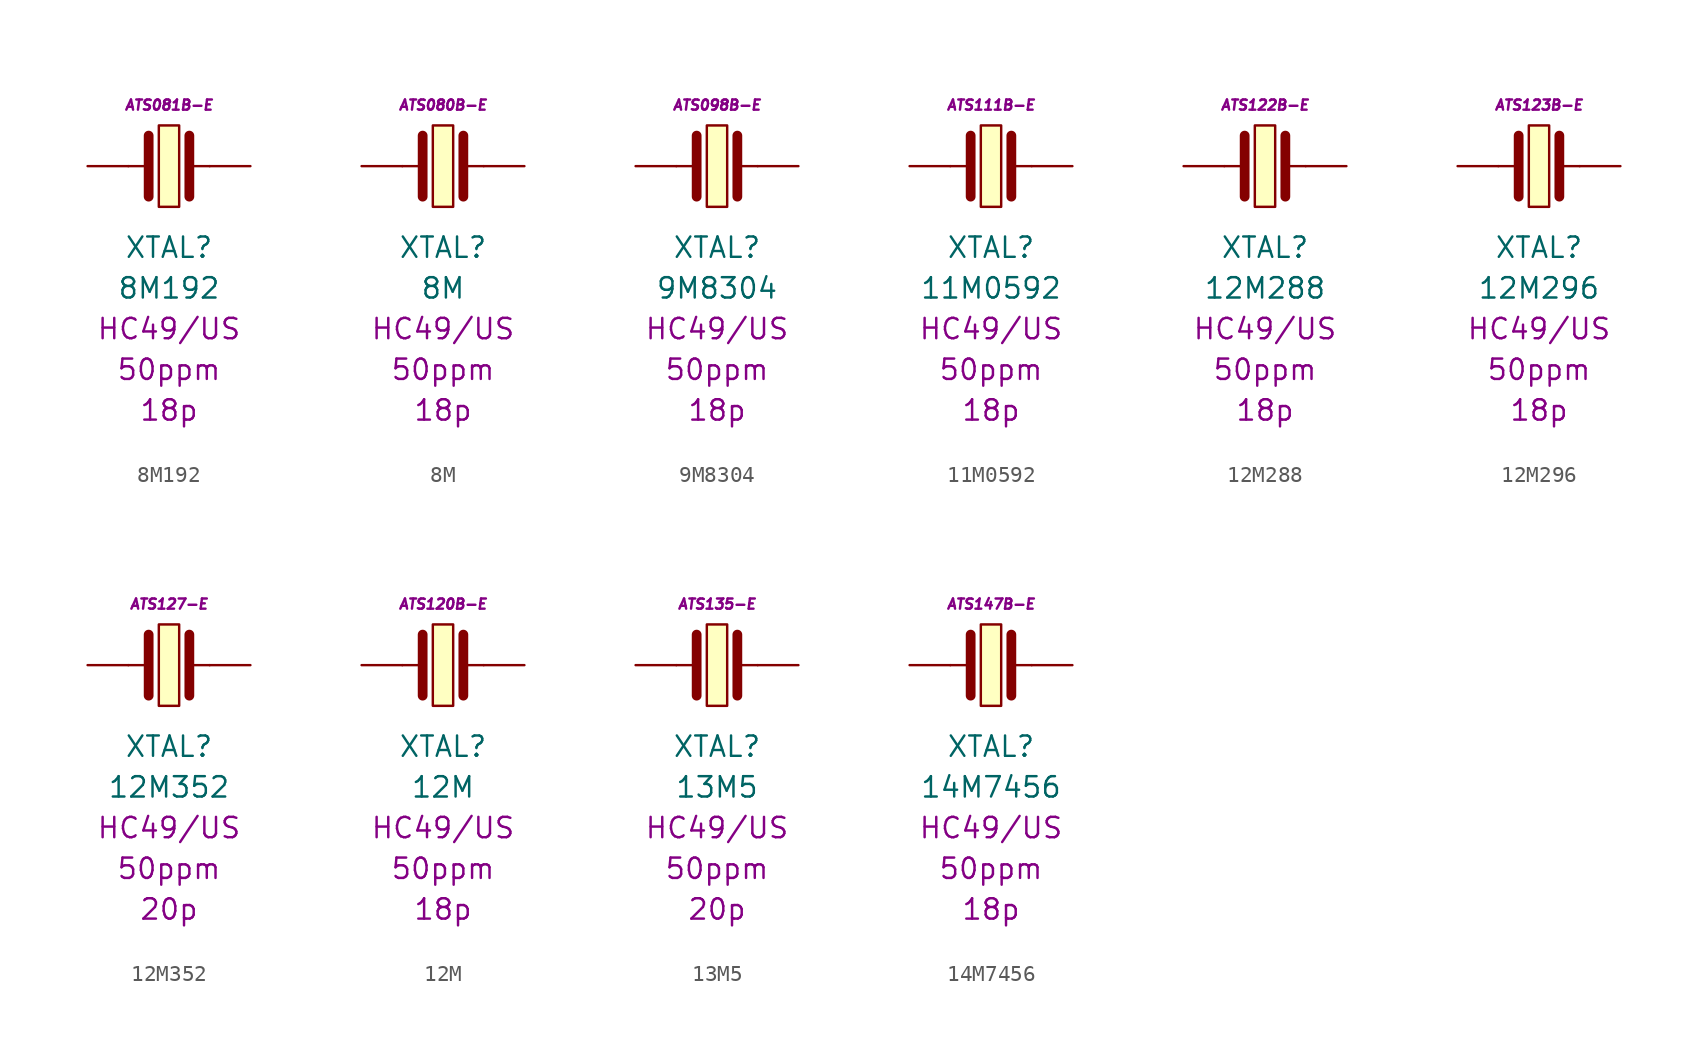
<source format=kicad_sym>
(kicad_symbol_lib
  (version 20201005)
  (generator kicad_symbol_editor)
  (symbol "8M192"
    (pin_numbers hide)
    (pin_names
      (offset 1.016) hide)
    (property "Reference" "XTAL"
      (at 0 -5.08 0)
      (effects (font (size 1.27 1.27))))
    (property "Value" "8M192"
      (at 0 -7.62 0)
      (effects (font (size 1.27 1.27))))
    (property "Package" "HC49/US"
      (at 0 -10.16 0)
      (effects (font (size 1.27 1.27))))
    (property "Tolerance" "50ppm"
      (at 0 -12.7 0)
      (effects (font (size 1.27 1.27))))
    (property "LoadCapacitance" "18p"
      (at 0 -15.24 0)
      (effects (font (size 1.27 1.27))))
    (property "MPN" "ATS081B-E"
      (at 0 3.81 0)
      (effects (font (size 0.635 0.635) italic)))
    (symbol "8M192_0_1"
      (rectangle (start -0.635 2.54) (end 0.635 -2.54) (stroke (width 0.152)) (fill (type background)))
      (polyline (pts (xy -2.54 0) (xy -1.27 0)) (stroke (width 0.152)) (fill (type none)))
      (polyline (pts (xy -1.27 1.905) (xy -1.27 -1.905)) (stroke (width 0.61)) (fill (type none)))
      (polyline (pts (xy 1.27 0) (xy 2.54 0)) (stroke (width 0.152)) (fill (type none)))
      (polyline (pts (xy 1.27 1.905) (xy 1.27 -1.905)) (stroke (width 0.61)) (fill (type none))))
    (symbol "8M192_1_1"
      (pin passive line (at -5.08 0 0) (length 2.54) (name "~" (effects (font (size 1.778 1.778)))) (number "1" (effects (font (size 1.778 1.778)))))
      (pin passive line (at 5.08 0 180) (length 2.54) (name "~" (effects (font (size 1.778 1.778)))) (number "2" (effects (font (size 1.778 1.778)))))))
  (symbol "8M"
    (pin_numbers hide)
    (pin_names
      (offset 1.016) hide)
    (property "Reference" "XTAL"
      (at 0 -5.08 0)
      (effects (font (size 1.27 1.27))))
    (property "Value" "8M"
      (at 0 -7.62 0)
      (effects (font (size 1.27 1.27))))
    (property "Package" "HC49/US"
      (at 0 -10.16 0)
      (effects (font (size 1.27 1.27))))
    (property "Tolerance" "50ppm"
      (at 0 -12.7 0)
      (effects (font (size 1.27 1.27))))
    (property "LoadCapacitance" "18p"
      (at 0 -15.24 0)
      (effects (font (size 1.27 1.27))))
    (property "MPN" "ATS080B-E"
      (at 0 3.81 0)
      (effects (font (size 0.635 0.635) italic)))
    (symbol "8M_0_1"
      (rectangle (start -0.635 2.54) (end 0.635 -2.54) (stroke (width 0.152)) (fill (type background)))
      (polyline (pts (xy -2.54 0) (xy -1.27 0)) (stroke (width 0.152)) (fill (type none)))
      (polyline (pts (xy -1.27 1.905) (xy -1.27 -1.905)) (stroke (width 0.61)) (fill (type none)))
      (polyline (pts (xy 1.27 0) (xy 2.54 0)) (stroke (width 0.152)) (fill (type none)))
      (polyline (pts (xy 1.27 1.905) (xy 1.27 -1.905)) (stroke (width 0.61)) (fill (type none))))
    (symbol "8M_1_1"
      (pin passive line (at -5.08 0 0) (length 2.54) (name "~" (effects (font (size 1.778 1.778)))) (number "1" (effects (font (size 1.778 1.778)))))
      (pin passive line (at 5.08 0 180) (length 2.54) (name "~" (effects (font (size 1.778 1.778)))) (number "2" (effects (font (size 1.778 1.778)))))))
  (symbol "9M8304"
    (pin_numbers hide)
    (pin_names
      (offset 1.016) hide)
    (property "Reference" "XTAL"
      (at 0 -5.08 0)
      (effects (font (size 1.27 1.27))))
    (property "Value" "9M8304"
      (at 0 -7.62 0)
      (effects (font (size 1.27 1.27))))
    (property "Package" "HC49/US"
      (at 0 -10.16 0)
      (effects (font (size 1.27 1.27))))
    (property "Tolerance" "50ppm"
      (at 0 -12.7 0)
      (effects (font (size 1.27 1.27))))
    (property "LoadCapacitance" "18p"
      (at 0 -15.24 0)
      (effects (font (size 1.27 1.27))))
    (property "MPN" "ATS098B-E"
      (at 0 3.81 0)
      (effects (font (size 0.635 0.635) italic)))
    (symbol "9M8304_0_1"
      (rectangle (start -0.635 2.54) (end 0.635 -2.54) (stroke (width 0.152)) (fill (type background)))
      (polyline (pts (xy -2.54 0) (xy -1.27 0)) (stroke (width 0.152)) (fill (type none)))
      (polyline (pts (xy -1.27 1.905) (xy -1.27 -1.905)) (stroke (width 0.61)) (fill (type none)))
      (polyline (pts (xy 1.27 0) (xy 2.54 0)) (stroke (width 0.152)) (fill (type none)))
      (polyline (pts (xy 1.27 1.905) (xy 1.27 -1.905)) (stroke (width 0.61)) (fill (type none))))
    (symbol "9M8304_1_1"
      (pin passive line (at -5.08 0 0) (length 2.54) (name "~" (effects (font (size 1.778 1.778)))) (number "1" (effects (font (size 1.778 1.778)))))
      (pin passive line (at 5.08 0 180) (length 2.54) (name "~" (effects (font (size 1.778 1.778)))) (number "2" (effects (font (size 1.778 1.778)))))))
  (symbol "11M0592"
    (pin_numbers hide)
    (pin_names
      (offset 1.016) hide)
    (property "Reference" "XTAL"
      (at 0 -5.08 0)
      (effects (font (size 1.27 1.27))))
    (property "Value" "11M0592"
      (at 0 -7.62 0)
      (effects (font (size 1.27 1.27))))
    (property "Package" "HC49/US"
      (at 0 -10.16 0)
      (effects (font (size 1.27 1.27))))
    (property "Tolerance" "50ppm"
      (at 0 -12.7 0)
      (effects (font (size 1.27 1.27))))
    (property "LoadCapacitance" "18p"
      (at 0 -15.24 0)
      (effects (font (size 1.27 1.27))))
    (property "MPN" "ATS111B-E"
      (at 0 3.81 0)
      (effects (font (size 0.635 0.635) italic)))
    (symbol "11M0592_0_1"
      (rectangle (start -0.635 2.54) (end 0.635 -2.54) (stroke (width 0.152)) (fill (type background)))
      (polyline (pts (xy -2.54 0) (xy -1.27 0)) (stroke (width 0.152)) (fill (type none)))
      (polyline (pts (xy -1.27 1.905) (xy -1.27 -1.905)) (stroke (width 0.61)) (fill (type none)))
      (polyline (pts (xy 1.27 0) (xy 2.54 0)) (stroke (width 0.152)) (fill (type none)))
      (polyline (pts (xy 1.27 1.905) (xy 1.27 -1.905)) (stroke (width 0.61)) (fill (type none))))
    (symbol "11M0592_1_1"
      (pin passive line (at -5.08 0 0) (length 2.54) (name "~" (effects (font (size 1.778 1.778)))) (number "1" (effects (font (size 1.778 1.778)))))
      (pin passive line (at 5.08 0 180) (length 2.54) (name "~" (effects (font (size 1.778 1.778)))) (number "2" (effects (font (size 1.778 1.778)))))))
  (symbol "12M288"
    (pin_numbers hide)
    (pin_names
      (offset 1.016) hide)
    (property "Reference" "XTAL"
      (at 0 -5.08 0)
      (effects (font (size 1.27 1.27))))
    (property "Value" "12M288"
      (at 0 -7.62 0)
      (effects (font (size 1.27 1.27))))
    (property "Package" "HC49/US"
      (at 0 -10.16 0)
      (effects (font (size 1.27 1.27))))
    (property "Tolerance" "50ppm"
      (at 0 -12.7 0)
      (effects (font (size 1.27 1.27))))
    (property "LoadCapacitance" "18p"
      (at 0 -15.24 0)
      (effects (font (size 1.27 1.27))))
    (property "MPN" "ATS122B-E"
      (at 0 3.81 0)
      (effects (font (size 0.635 0.635) italic)))
    (symbol "12M288_0_1"
      (rectangle (start -0.635 2.54) (end 0.635 -2.54) (stroke (width 0.152)) (fill (type background)))
      (polyline (pts (xy -2.54 0) (xy -1.27 0)) (stroke (width 0.152)) (fill (type none)))
      (polyline (pts (xy -1.27 1.905) (xy -1.27 -1.905)) (stroke (width 0.61)) (fill (type none)))
      (polyline (pts (xy 1.27 0) (xy 2.54 0)) (stroke (width 0.152)) (fill (type none)))
      (polyline (pts (xy 1.27 1.905) (xy 1.27 -1.905)) (stroke (width 0.61)) (fill (type none))))
    (symbol "12M288_1_1"
      (pin passive line (at -5.08 0 0) (length 2.54) (name "~" (effects (font (size 1.778 1.778)))) (number "1" (effects (font (size 1.778 1.778)))))
      (pin passive line (at 5.08 0 180) (length 2.54) (name "~" (effects (font (size 1.778 1.778)))) (number "2" (effects (font (size 1.778 1.778)))))))
  (symbol "12M296"
    (pin_numbers hide)
    (pin_names
      (offset 1.016) hide)
    (property "Reference" "XTAL"
      (at 0 -5.08 0)
      (effects (font (size 1.27 1.27))))
    (property "Value" "12M296"
      (at 0 -7.62 0)
      (effects (font (size 1.27 1.27))))
    (property "Package" "HC49/US"
      (at 0 -10.16 0)
      (effects (font (size 1.27 1.27))))
    (property "Tolerance" "50ppm"
      (at 0 -12.7 0)
      (effects (font (size 1.27 1.27))))
    (property "LoadCapacitance" "18p"
      (at 0 -15.24 0)
      (effects (font (size 1.27 1.27))))
    (property "MPN" "ATS123B-E"
      (at 0 3.81 0)
      (effects (font (size 0.635 0.635) italic)))
    (symbol "12M296_0_1"
      (rectangle (start -0.635 2.54) (end 0.635 -2.54) (stroke (width 0.152)) (fill (type background)))
      (polyline (pts (xy -2.54 0) (xy -1.27 0)) (stroke (width 0.152)) (fill (type none)))
      (polyline (pts (xy -1.27 1.905) (xy -1.27 -1.905)) (stroke (width 0.61)) (fill (type none)))
      (polyline (pts (xy 1.27 0) (xy 2.54 0)) (stroke (width 0.152)) (fill (type none)))
      (polyline (pts (xy 1.27 1.905) (xy 1.27 -1.905)) (stroke (width 0.61)) (fill (type none))))
    (symbol "12M296_1_1"
      (pin passive line (at -5.08 0 0) (length 2.54) (name "~" (effects (font (size 1.778 1.778)))) (number "1" (effects (font (size 1.778 1.778)))))
      (pin passive line (at 5.08 0 180) (length 2.54) (name "~" (effects (font (size 1.778 1.778)))) (number "2" (effects (font (size 1.778 1.778)))))))
  (symbol "12M352"
    (pin_numbers hide)
    (pin_names
      (offset 1.016) hide)
    (property "Reference" "XTAL"
      (at 0 -5.08 0)
      (effects (font (size 1.27 1.27))))
    (property "Value" "12M352"
      (at 0 -7.62 0)
      (effects (font (size 1.27 1.27))))
    (property "Package" "HC49/US"
      (at 0 -10.16 0)
      (effects (font (size 1.27 1.27))))
    (property "Tolerance" "50ppm"
      (at 0 -12.7 0)
      (effects (font (size 1.27 1.27))))
    (property "LoadCapacitance" "20p"
      (at 0 -15.24 0)
      (effects (font (size 1.27 1.27))))
    (property "MPN" "ATS127-E"
      (at 0 3.81 0)
      (effects (font (size 0.635 0.635) italic)))
    (symbol "12M352_0_1"
      (rectangle (start -0.635 2.54) (end 0.635 -2.54) (stroke (width 0.152)) (fill (type background)))
      (polyline (pts (xy -2.54 0) (xy -1.27 0)) (stroke (width 0.152)) (fill (type none)))
      (polyline (pts (xy -1.27 1.905) (xy -1.27 -1.905)) (stroke (width 0.61)) (fill (type none)))
      (polyline (pts (xy 1.27 0) (xy 2.54 0)) (stroke (width 0.152)) (fill (type none)))
      (polyline (pts (xy 1.27 1.905) (xy 1.27 -1.905)) (stroke (width 0.61)) (fill (type none))))
    (symbol "12M352_1_1"
      (pin passive line (at -5.08 0 0) (length 2.54) (name "~" (effects (font (size 1.778 1.778)))) (number "1" (effects (font (size 1.778 1.778)))))
      (pin passive line (at 5.08 0 180) (length 2.54) (name "~" (effects (font (size 1.778 1.778)))) (number "2" (effects (font (size 1.778 1.778)))))))
  (symbol "12M"
    (pin_numbers hide)
    (pin_names
      (offset 1.016) hide)
    (property "Reference" "XTAL"
      (at 0 -5.08 0)
      (effects (font (size 1.27 1.27))))
    (property "Value" "12M"
      (at 0 -7.62 0)
      (effects (font (size 1.27 1.27))))
    (property "Package" "HC49/US"
      (at 0 -10.16 0)
      (effects (font (size 1.27 1.27))))
    (property "Tolerance" "50ppm"
      (at 0 -12.7 0)
      (effects (font (size 1.27 1.27))))
    (property "LoadCapacitance" "18p"
      (at 0 -15.24 0)
      (effects (font (size 1.27 1.27))))
    (property "MPN" "ATS120B-E"
      (at 0 3.81 0)
      (effects (font (size 0.635 0.635) italic)))
    (symbol "12M_0_1"
      (rectangle (start -0.635 2.54) (end 0.635 -2.54) (stroke (width 0.152)) (fill (type background)))
      (polyline (pts (xy -2.54 0) (xy -1.27 0)) (stroke (width 0.152)) (fill (type none)))
      (polyline (pts (xy -1.27 1.905) (xy -1.27 -1.905)) (stroke (width 0.61)) (fill (type none)))
      (polyline (pts (xy 1.27 0) (xy 2.54 0)) (stroke (width 0.152)) (fill (type none)))
      (polyline (pts (xy 1.27 1.905) (xy 1.27 -1.905)) (stroke (width 0.61)) (fill (type none))))
    (symbol "12M_1_1"
      (pin passive line (at -5.08 0 0) (length 2.54) (name "~" (effects (font (size 1.778 1.778)))) (number "1" (effects (font (size 1.778 1.778)))))
      (pin passive line (at 5.08 0 180) (length 2.54) (name "~" (effects (font (size 1.778 1.778)))) (number "2" (effects (font (size 1.778 1.778)))))))
  (symbol "13M5"
    (pin_numbers hide)
    (pin_names
      (offset 1.016) hide)
    (property "Reference" "XTAL"
      (at 0 -5.08 0)
      (effects (font (size 1.27 1.27))))
    (property "Value" "13M5"
      (at 0 -7.62 0)
      (effects (font (size 1.27 1.27))))
    (property "Package" "HC49/US"
      (at 0 -10.16 0)
      (effects (font (size 1.27 1.27))))
    (property "Tolerance" "50ppm"
      (at 0 -12.7 0)
      (effects (font (size 1.27 1.27))))
    (property "LoadCapacitance" "20p"
      (at 0 -15.24 0)
      (effects (font (size 1.27 1.27))))
    (property "MPN" "ATS135-E"
      (at 0 3.81 0)
      (effects (font (size 0.635 0.635) italic)))
    (symbol "13M5_0_1"
      (rectangle (start -0.635 2.54) (end 0.635 -2.54) (stroke (width 0.152)) (fill (type background)))
      (polyline (pts (xy -2.54 0) (xy -1.27 0)) (stroke (width 0.152)) (fill (type none)))
      (polyline (pts (xy -1.27 1.905) (xy -1.27 -1.905)) (stroke (width 0.61)) (fill (type none)))
      (polyline (pts (xy 1.27 0) (xy 2.54 0)) (stroke (width 0.152)) (fill (type none)))
      (polyline (pts (xy 1.27 1.905) (xy 1.27 -1.905)) (stroke (width 0.61)) (fill (type none))))
    (symbol "13M5_1_1"
      (pin passive line (at -5.08 0 0) (length 2.54) (name "~" (effects (font (size 1.778 1.778)))) (number "1" (effects (font (size 1.778 1.778)))))
      (pin passive line (at 5.08 0 180) (length 2.54) (name "~" (effects (font (size 1.778 1.778)))) (number "2" (effects (font (size 1.778 1.778)))))))
  (symbol "14M7456"
    (pin_numbers hide)
    (pin_names
      (offset 1.016) hide)
    (property "Reference" "XTAL"
      (at 0 -5.08 0)
      (effects (font (size 1.27 1.27))))
    (property "Value" "14M7456"
      (at 0 -7.62 0)
      (effects (font (size 1.27 1.27))))
    (property "Package" "HC49/US"
      (at 0 -10.16 0)
      (effects (font (size 1.27 1.27))))
    (property "Tolerance" "50ppm"
      (at 0 -12.7 0)
      (effects (font (size 1.27 1.27))))
    (property "LoadCapacitance" "18p"
      (at 0 -15.24 0)
      (effects (font (size 1.27 1.27))))
    (property "MPN" "ATS147B-E"
      (at 0 3.81 0)
      (effects (font (size 0.635 0.635) italic)))
    (symbol "14M7456_0_1"
      (rectangle (start -0.635 2.54) (end 0.635 -2.54) (stroke (width 0.152)) (fill (type background)))
      (polyline (pts (xy -2.54 0) (xy -1.27 0)) (stroke (width 0.152)) (fill (type none)))
      (polyline (pts (xy -1.27 1.905) (xy -1.27 -1.905)) (stroke (width 0.61)) (fill (type none)))
      (polyline (pts (xy 1.27 0) (xy 2.54 0)) (stroke (width 0.152)) (fill (type none)))
      (polyline (pts (xy 1.27 1.905) (xy 1.27 -1.905)) (stroke (width 0.61)) (fill (type none))))
    (symbol "14M7456_1_1"
      (pin passive line (at -5.08 0 0) (length 2.54) (name "~" (effects (font (size 1.778 1.778)))) (number "1" (effects (font (size 1.778 1.778)))))
      (pin passive line (at 5.08 0 180) (length 2.54) (name "~" (effects (font (size 1.778 1.778)))) (number "2" (effects (font (size 1.778 1.778))))))))
</source>
